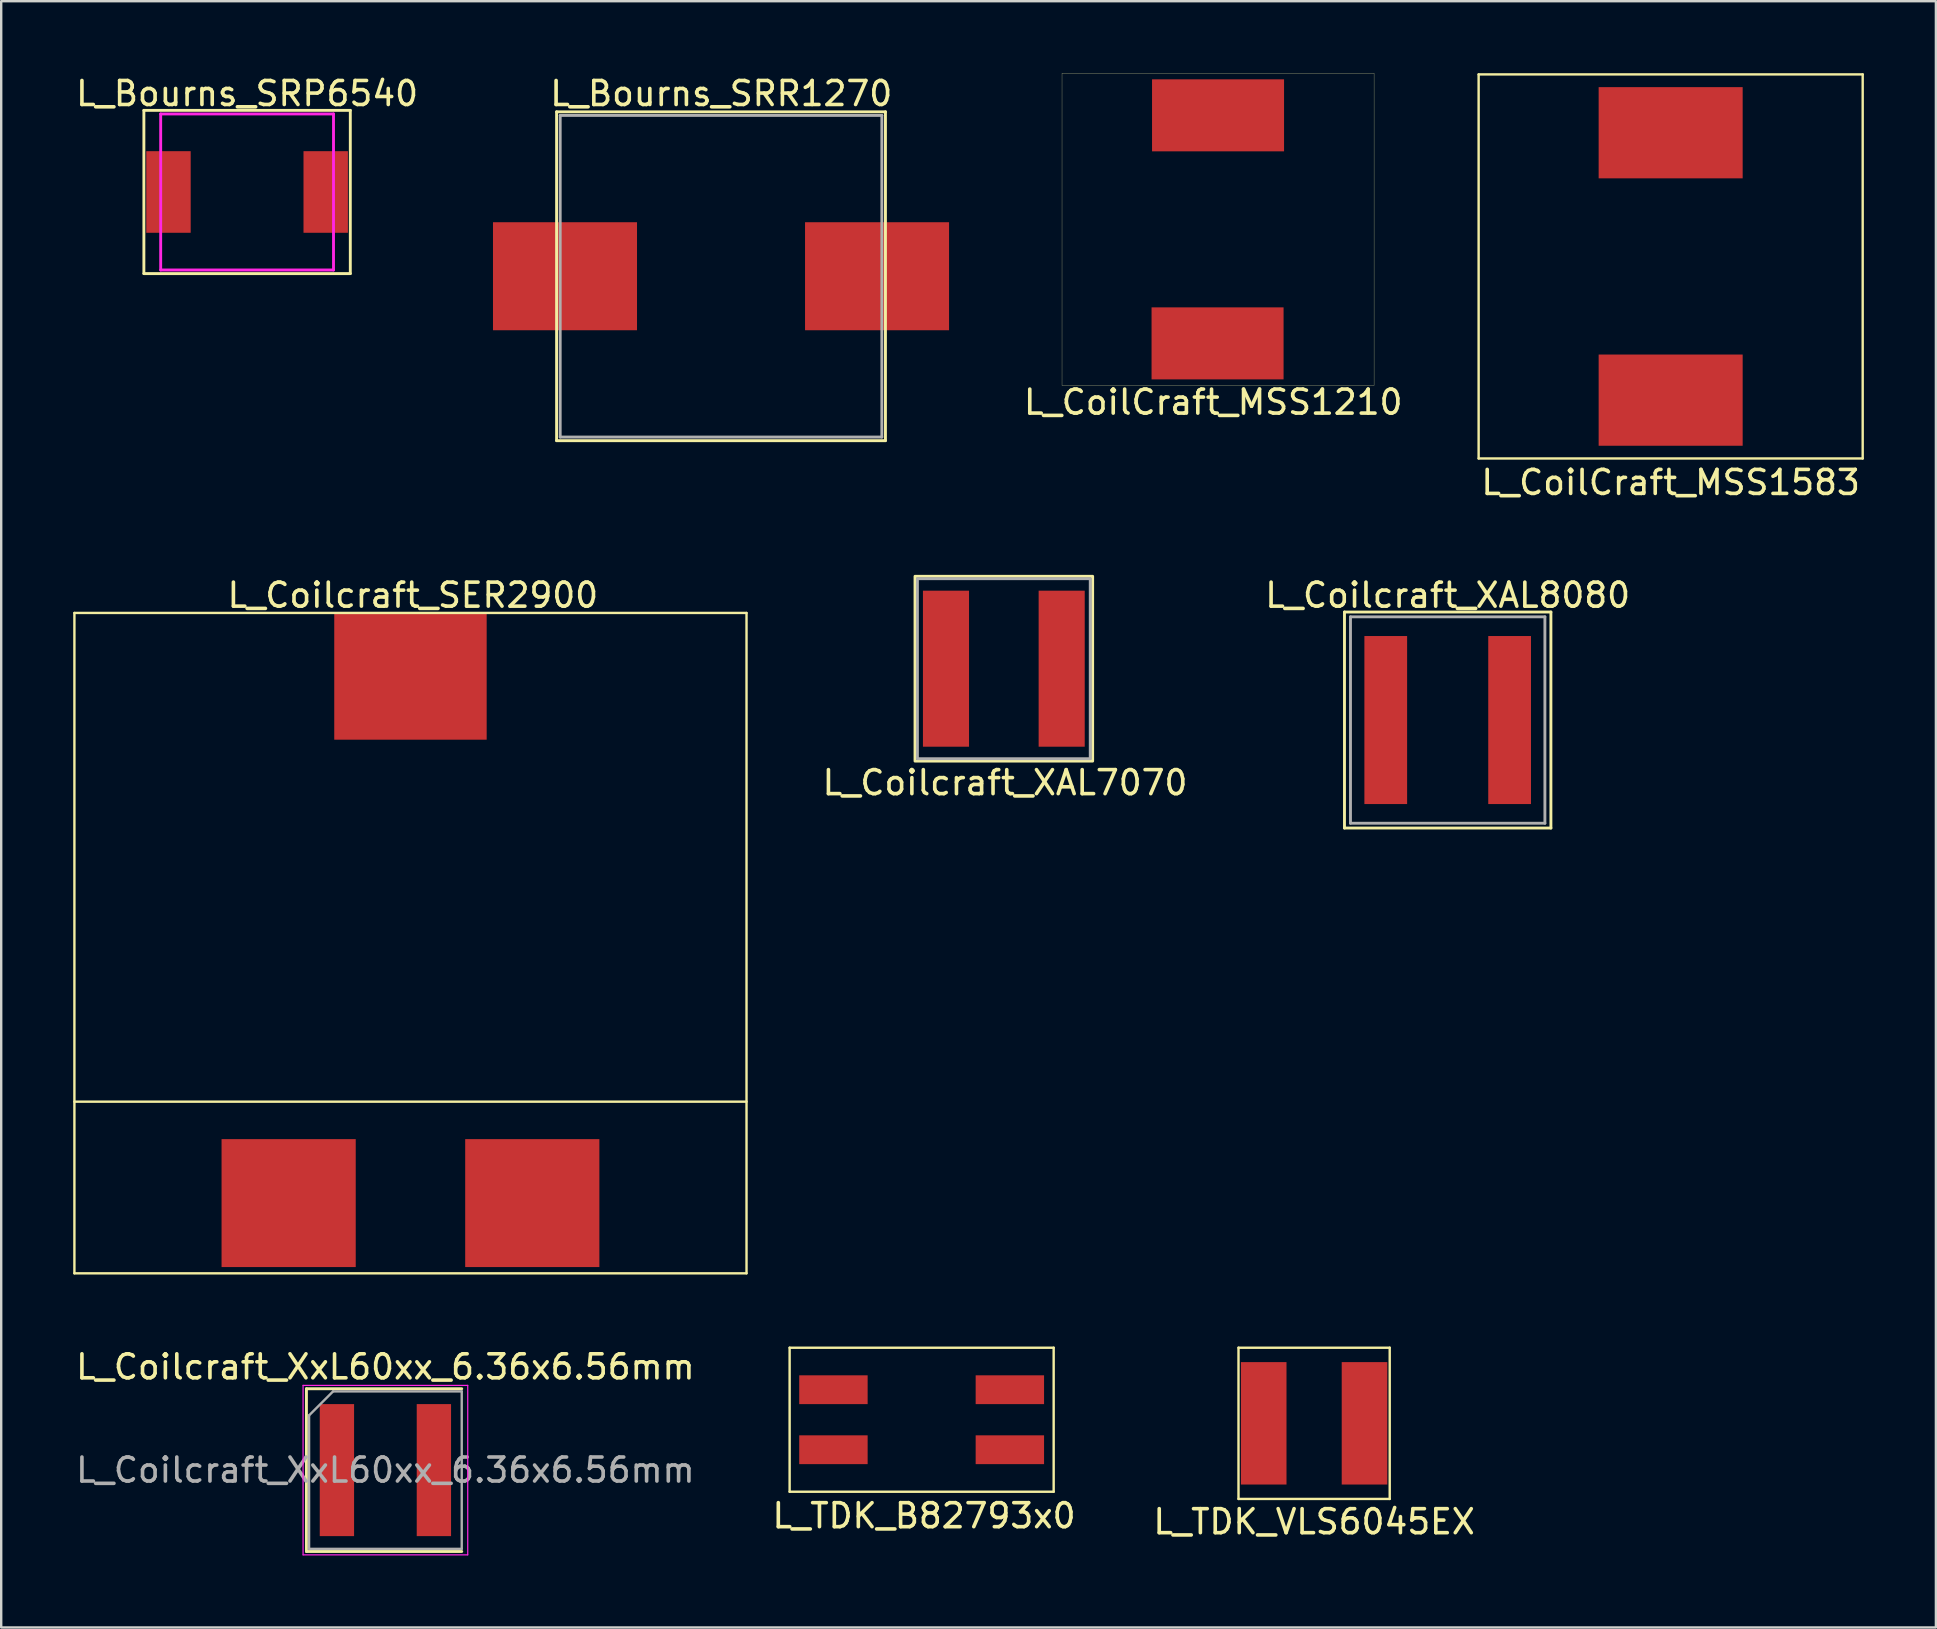
<source format=kicad_pcb>
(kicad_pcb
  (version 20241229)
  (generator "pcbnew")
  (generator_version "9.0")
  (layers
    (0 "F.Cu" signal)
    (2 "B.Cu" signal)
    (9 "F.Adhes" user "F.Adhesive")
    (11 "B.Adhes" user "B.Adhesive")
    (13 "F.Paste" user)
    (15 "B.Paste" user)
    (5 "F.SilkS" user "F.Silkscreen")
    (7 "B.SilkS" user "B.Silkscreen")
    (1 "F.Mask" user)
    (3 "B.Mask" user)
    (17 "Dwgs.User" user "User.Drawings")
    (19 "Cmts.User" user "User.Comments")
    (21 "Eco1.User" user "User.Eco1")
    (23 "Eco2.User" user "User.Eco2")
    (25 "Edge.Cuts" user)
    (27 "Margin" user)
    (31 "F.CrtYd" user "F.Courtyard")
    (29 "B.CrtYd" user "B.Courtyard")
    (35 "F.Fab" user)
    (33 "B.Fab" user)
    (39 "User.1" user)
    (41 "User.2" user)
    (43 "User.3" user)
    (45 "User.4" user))
  (footprint "L_TDK_VLS6045EX"
    (layer "F.Cu")
    (at 51.696 56.246)
    (property "Reference" "L_TDK_VLS6045EX" (at 0 4.1 0) (layer "F.SilkS") (effects (font (size 1 1) (thickness 0.15))))
    (attr smd)
    (fp_line (start -3.15 3.15) (end -3.15 -3.15) (stroke (width 0.1) (type solid)) (layer "F.SilkS"))
    (fp_line (start 3.15 -3.15) (end -3.15 -3.15) (stroke (width 0.1) (type solid)) (layer "F.SilkS"))
    (fp_line (start 3.15 -3.15) (end 3.15 3.15) (stroke (width 0.1) (type solid)) (layer "F.SilkS"))
    (fp_line (start 3.15 3.15) (end -3.15 3.15) (stroke (width 0.1) (type solid)) (layer "F.SilkS"))
    (pad "1" smd rect (at -2.1 0) (size 1.9 5.1) (layers "F.Cu" "F.Mask" "F.Paste"))
    (pad "2" smd rect (at 2.1 0) (size 1.9 5.1) (layers "F.Cu" "F.Mask" "F.Paste")))
  (footprint "L_Bourns_SRR1270"
    (layer "F.Cu")
    (at 26.988 8.458)
    (property "Reference" "L_Bourns_SRR1270" (at 0.01 -7.61 0) (layer "F.SilkS") (effects (font (size 1 1) (thickness 0.15))))
    (attr smd)
    (fp_line (start -6.85 -6.85) (end -6.85 6.85) (stroke (width 0.12) (type solid)) (layer "F.SilkS"))
    (fp_line (start -6.85 -6.85) (end 6.85 -6.85) (stroke (width 0.12) (type solid)) (layer "F.SilkS"))
    (fp_line (start -6.85 6.85) (end 6.85 6.85) (stroke (width 0.12) (type solid)) (layer "F.SilkS"))
    (fp_line (start 6.85 -6.85) (end 6.85 6.85) (stroke (width 0.12) (type solid)) (layer "F.SilkS"))
    (fp_line (start -6.7 -6.7) (end 6.7 -6.7) (stroke (width 0.12) (type solid)) (layer "F.Fab"))
    (fp_line (start -6.7 6.7) (end -6.7 -6.7) (stroke (width 0.12) (type solid)) (layer "F.Fab"))
    (fp_line (start 6.7 -6.7) (end 6.7 6.7) (stroke (width 0.12) (type solid)) (layer "F.Fab"))
    (fp_line (start 6.7 6.7) (end -6.7 6.7) (stroke (width 0.12) (type solid)) (layer "F.Fab"))
    (pad "1" smd rect (at -6.5 0) (size 6 4.5) (layers "F.Cu" "F.Mask" "F.Paste"))
    (pad "2" smd rect (at 6.5 0) (size 6 4.5) (layers "F.Cu" "F.Mask" "F.Paste")))
  (footprint "L_TDK_B82793x0"
    (layer "F.Cu")
    (at 35.346 56.096)
    (property "Reference" "L_TDK_B82793x0" (at 0.1 4 0) (layer "F.SilkS") (effects (font (size 1 1) (thickness 0.15))))
    (attr through_hole)
    (fp_line (start -5.5 -3) (end -5.5 3) (stroke (width 0.1) (type solid)) (layer "F.SilkS"))
    (fp_line (start -5.5 -3) (end 5.5 -3) (stroke (width 0.1) (type solid)) (layer "F.SilkS"))
    (fp_line (start -5.5 3) (end 5.5 3) (stroke (width 0.1) (type solid)) (layer "F.SilkS"))
    (fp_line (start 5.5 -3) (end 5.5 3) (stroke (width 0.1) (type solid)) (layer "F.SilkS"))
    (pad "1" smd rect (at -3.675 -1.25) (size 2.85 1.2) (layers "F.Cu" "F.Mask" "F.Paste"))
    (pad "2" smd rect (at 3.675 -1.25) (size 2.85 1.2) (layers "F.Cu" "F.Mask" "F.Paste"))
    (pad "3" smd rect (at 3.675 1.25) (size 2.85 1.2) (layers "F.Cu" "F.Mask" "F.Paste"))
    (pad "4" smd rect (at -3.675 1.25) (size 2.85 1.2) (layers "F.Cu" "F.Mask" "F.Paste")))
  (footprint "L_Bourns_SRP6540"
    (layer "F.Cu")
    (at 7.244 4.948)
    (property "Reference" "L_Bourns_SRP6540" (at 0 -4.1 0) (layer "F.SilkS") (effects (font (size 1 1) (thickness 0.15))))
    (attr smd)
    (fp_line (start -4.3 -3.4) (end 4.3 -3.4) (stroke (width 0.12) (type solid)) (layer "F.SilkS"))
    (fp_line (start -4.3 3.4) (end -4.3 -3.4) (stroke (width 0.12) (type solid)) (layer "F.SilkS"))
    (fp_line (start 4.3 -3.4) (end 4.3 3.4) (stroke (width 0.12) (type solid)) (layer "F.SilkS"))
    (fp_line (start 4.3 3.4) (end -4.3 3.4) (stroke (width 0.12) (type solid)) (layer "F.SilkS"))
    (fp_line (start -3.6 -3.25) (end -3.6 3.25) (stroke (width 0.12) (type solid)) (layer "F.CrtYd"))
    (fp_line (start -3.6 -3.25) (end 3.6 -3.25) (stroke (width 0.12) (type solid)) (layer "F.CrtYd"))
    (fp_line (start -3.6 3.25) (end 3.6 3.25) (stroke (width 0.12) (type solid)) (layer "F.CrtYd"))
    (fp_line (start 3.6 -3.25) (end 3.6 3.25) (stroke (width 0.12) (type solid)) (layer "F.CrtYd"))
    (pad "1" smd rect (at -3.275 0) (size 1.85 3.4) (layers "F.Cu" "F.Mask" "F.Paste"))
    (pad "2" smd rect (at 3.275 0) (size 1.85 3.4) (layers "F.Cu" "F.Mask" "F.Paste")))
  (footprint "L_Coilcraft_XAL8080"
    (layer "F.Cu")
    (at 57.261 26.947)
    (property "Reference" "L_Coilcraft_XAL8080" (at 0 -5.2 0) (layer "F.SilkS") (effects (font (size 1 1) (thickness 0.15))))
    (fp_line (start -4.3 -4.5) (end -4.3 4.5) (stroke (width 0.12) (type solid)) (layer "F.SilkS"))
    (fp_line (start -4.3 -4.5) (end 4.3 -4.5) (stroke (width 0.12) (type solid)) (layer "F.SilkS"))
    (fp_line (start 4.3 -4.5) (end 4.3 4.5) (stroke (width 0.12) (type solid)) (layer "F.SilkS"))
    (fp_line (start 4.3 4.5) (end -4.3 4.5) (stroke (width 0.12) (type solid)) (layer "F.SilkS"))
    (fp_line (start -4.05 -4.3) (end -4.05 4.3) (stroke (width 0.12) (type solid)) (layer "F.Fab"))
    (fp_line (start 4.05 -4.3) (end -4.05 -4.3) (stroke (width 0.12) (type solid)) (layer "F.Fab"))
    (fp_line (start 4.05 -4.3) (end 4.05 4.3) (stroke (width 0.12) (type solid)) (layer "F.Fab"))
    (fp_line (start 4.05 4.3) (end -4.05 4.3) (stroke (width 0.12) (type solid)) (layer "F.Fab"))
    (pad "1" smd rect (at -2.58 0) (size 1.78 7) (layers "F.Cu" "F.Mask" "F.Paste"))
    (pad "2" smd rect (at 2.58 0) (size 1.78 7) (layers "F.Cu" "F.Mask" "F.Paste")))
  (footprint "L_CoilCraft_MSS1210"
    (layer "F.Cu")
    (at 47.694 6.505)
    (property "Reference" "L_CoilCraft_MSS1210" (at -0.2 7.2 0) (layer "F.SilkS") (effects (font (size 1 1) (thickness 0.15))))
    (attr smd)
    (fp_line (start -6.5 -6.5) (end -6.5 6.5) (stroke (width 0.01) (type solid)) (layer "F.SilkS"))
    (fp_line (start -6.5 6.5) (end 6.5 6.5) (stroke (width 0.01) (type solid)) (layer "F.SilkS"))
    (fp_line (start 6.5 -6.5) (end -6.5 -6.5) (stroke (width 0.01) (type solid)) (layer "F.SilkS"))
    (fp_line (start 6.5 6.5) (end 6.5 -6.5) (stroke (width 0.01) (type solid)) (layer "F.SilkS"))
    (pad "1" smd rect (at 0 -4.75) (size 5.5 3) (layers "F.Cu" "F.Mask" "F.Paste"))
    (pad "2" smd rect (at -0.02 4.75) (size 5.5 3) (layers "F.Cu" "F.Mask" "F.Paste")))
  (footprint "L_Coilcraft_SER2900"
    (layer "F.Cu")
    (at 14.05 32.846)
    (property "Reference" "L_Coilcraft_SER2900" (at 0.1 -11.1 0) (layer "F.SilkS") (effects (font (size 1 1) (thickness 0.15))))
    (attr smd)
    (fp_line (start -14 10) (end 14 10) (stroke (width 0.1) (type solid)) (layer "F.SilkS"))
    (fp_line (start -14 17.15) (end -14 -10.36) (stroke (width 0.1) (type solid)) (layer "F.SilkS"))
    (fp_line (start -14 17.15) (end 14 17.15) (stroke (width 0.1) (type solid)) (layer "F.SilkS"))
    (fp_line (start 14 -10.36) (end -14 -10.36) (stroke (width 0.1) (type solid)) (layer "F.SilkS"))
    (fp_line (start 14 -10.36) (end 14 17.15) (stroke (width 0.1) (type solid)) (layer "F.SilkS"))
    (pad "1" smd rect (at -5.075 14.225) (size 5.59 5.33) (layers "F.Cu" "F.Mask" "F.Paste"))
    (pad "2" smd rect (at 5.075 14.225) (size 5.59 5.33) (layers "F.Cu" "F.Mask" "F.Paste"))
    (pad "3" smd rect (at 0 -7.72) (size 6.35 5.28) (layers "F.Cu" "F.Mask" "F.Paste")))
  (footprint "L_Coilcraft_XxL60xx_6.36x6.56mm"
    (layer "F.Cu")
    (at 13.006 58.195)
    (property "Reference" "L_Coilcraft_XxL60xx_6.36x6.56mm" (at 0 -4.3 0) (layer "F.SilkS") (effects (font (size 1 1) (thickness 0.15))))
    (attr smd)
    (fp_line (start -3.29 -3.39) (end -3.29 3.39) (stroke (width 0.12) (type solid)) (layer "F.SilkS"))
    (fp_line (start -3.29 -3.39) (end 3.18 -3.39) (stroke (width 0.12) (type solid)) (layer "F.SilkS"))
    (fp_line (start -3.29 3.39) (end 3.18 3.39) (stroke (width 0.12) (type solid)) (layer "F.SilkS"))
    (fp_line (start -3.43 -3.53) (end -3.43 3.53) (stroke (width 0.05) (type solid)) (layer "F.CrtYd"))
    (fp_line (start -3.43 -3.53) (end 3.43 -3.53) (stroke (width 0.05) (type solid)) (layer "F.CrtYd"))
    (fp_line (start -3.43 3.53) (end 3.43 3.53) (stroke (width 0.05) (type solid)) (layer "F.CrtYd"))
    (fp_line (start 3.43 -3.53) (end 3.43 3.53) (stroke (width 0.05) (type solid)) (layer "F.CrtYd"))
    (fp_line (start -3.18 -2.28) (end -3.18 3.28) (stroke (width 0.1) (type solid)) (layer "F.Fab"))
    (fp_line (start -3.18 -2.28) (end -2.18 -3.28) (stroke (width 0.1) (type solid)) (layer "F.Fab"))
    (fp_line (start -3.18 3.28) (end 3.18 3.28) (stroke (width 0.1) (type solid)) (layer "F.Fab"))
    (fp_line (start -2.18 -3.28) (end 3.18 -3.28) (stroke (width 0.1) (type solid)) (layer "F.Fab"))
    (fp_line (start 3.18 -3.28) (end 3.18 3.28) (stroke (width 0.1) (type solid)) (layer "F.Fab"))
    (fp_text user "${REFERENCE}" (at 0 0 0) (layer "F.Fab") (effects (font (size 1 1) (thickness 0.15))))
    (pad "1" smd rect (at -2.02 0) (size 1.43 5.5) (layers "F.Cu" "F.Mask" "F.Paste"))
    (pad "2" smd rect (at 2.02 0) (size 1.43 5.5) (layers "F.Cu" "F.Mask" "F.Paste")))
  (footprint "L_Coilcraft_XAL7070"
    (layer "F.Cu")
    (at 38.77 24.808)
    (property "Reference" "L_Coilcraft_XAL7070" (at 0.05 4.75 0) (unlocked yes) (layer "F.SilkS") (effects (font (size 1 1) (thickness 0.15))))
    (fp_rect (start -3.7 -3.85) (end 3.7 3.85) (stroke (width 0.12) (type solid)) (fill no) (layer "F.SilkS"))
    (fp_rect (start -3.6 -3.75) (end 3.6 3.75) (stroke (width 0.12) (type solid)) (fill no) (layer "F.Fab"))
    (pad "1" smd rect (at -2.41 0) (size 1.92 6.5) (layers "F.Cu" "F.Mask" "F.Paste"))
    (pad "2" smd rect (at 2.41 0) (size 1.92 6.5) (layers "F.Cu" "F.Mask" "F.Paste")))
  (footprint "L_CoilCraft_MSS1583"
    (layer "F.Cu")
    (at 66.55 8.05)
    (property "Reference" "L_CoilCraft_MSS1583" (at 0 9 0) (layer "F.SilkS") (effects (font (size 1 1) (thickness 0.15))))
    (attr smd)
    (fp_line (start -8 -8) (end -8 8) (stroke (width 0.1) (type solid)) (layer "F.SilkS"))
    (fp_line (start -8 8) (end 8 8) (stroke (width 0.1) (type solid)) (layer "F.SilkS"))
    (fp_line (start 8 -8) (end -8 -8) (stroke (width 0.1) (type solid)) (layer "F.SilkS"))
    (fp_line (start 8 8) (end 8 -8) (stroke (width 0.1) (type solid)) (layer "F.SilkS"))
    (pad "1" smd rect (at 0 5.57) (size 6 3.8) (layers "F.Cu" "F.Mask" "F.Paste"))
    (pad "2" smd rect (at 0 -5.57) (size 6 3.8) (layers "F.Cu" "F.Mask" "F.Paste")))
  (gr_rect
    (start -3 -3)
    (end 77.6 64.75)
    (stroke (width 0.1) (type default))
    (fill no)
    (layer "Edge.Cuts")))
</source>
